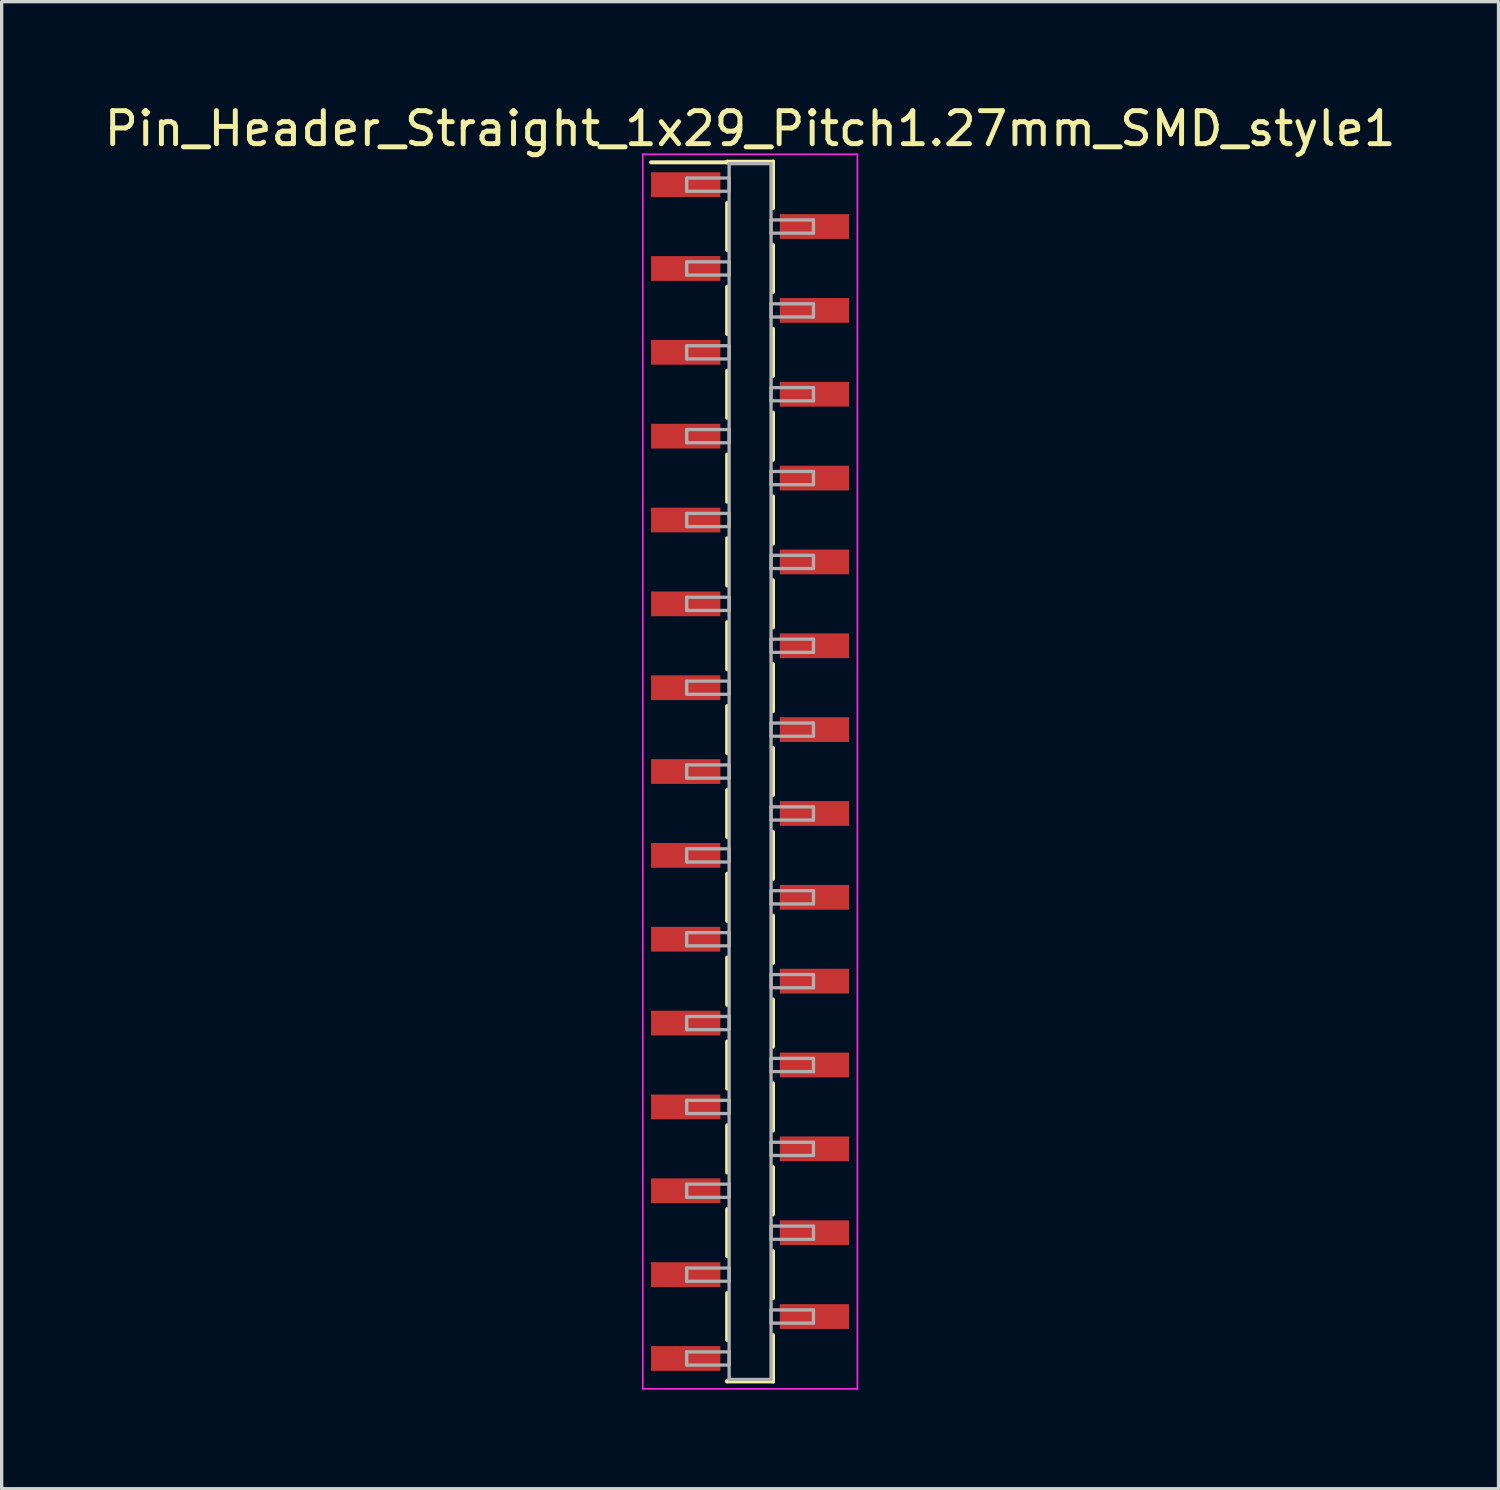
<source format=kicad_pcb>
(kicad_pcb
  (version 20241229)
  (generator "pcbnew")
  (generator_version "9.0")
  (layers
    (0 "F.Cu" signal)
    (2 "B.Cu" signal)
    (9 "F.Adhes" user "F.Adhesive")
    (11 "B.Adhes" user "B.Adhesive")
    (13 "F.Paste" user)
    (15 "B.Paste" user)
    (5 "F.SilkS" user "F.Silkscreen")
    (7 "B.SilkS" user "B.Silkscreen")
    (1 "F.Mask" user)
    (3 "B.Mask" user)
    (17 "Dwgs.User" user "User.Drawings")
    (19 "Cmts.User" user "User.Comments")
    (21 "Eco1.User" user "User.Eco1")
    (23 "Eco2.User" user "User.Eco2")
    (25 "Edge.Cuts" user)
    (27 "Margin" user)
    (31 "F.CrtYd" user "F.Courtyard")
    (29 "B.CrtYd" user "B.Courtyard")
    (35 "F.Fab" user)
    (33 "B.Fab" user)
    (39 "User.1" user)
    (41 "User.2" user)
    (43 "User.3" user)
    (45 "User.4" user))
  (footprint "Pin_Header_Straight_1x29_Pitch1.27mm_SMD_style1"
    (layer "F.Cu")
    (at 19.673 20.323)
    (property "Reference" "Pin_Header_Straight_1x29_Pitch1.27mm_SMD_style1" (at 0 -19.475 0) (layer "F.SilkS") (effects (font (size 1 1) (thickness 0.15))))
    (attr smd)
    (fp_line (start -0.695 -18.475) (end 0.695 -18.475) (stroke (width 0.12) (type solid)) (layer "F.SilkS"))
    (fp_line (start -0.695 -18.455) (end -3 -18.455) (stroke (width 0.12) (type solid)) (layer "F.SilkS"))
    (fp_line (start -0.695 -18.455) (end -0.695 -18.475) (stroke (width 0.12) (type solid)) (layer "F.SilkS"))
    (fp_line (start -0.695 -17.225) (end -0.695 -15.795) (stroke (width 0.12) (type solid)) (layer "F.SilkS"))
    (fp_line (start -0.695 -14.685) (end -0.695 -13.255) (stroke (width 0.12) (type solid)) (layer "F.SilkS"))
    (fp_line (start -0.695 -12.145) (end -0.695 -10.715) (stroke (width 0.12) (type solid)) (layer "F.SilkS"))
    (fp_line (start -0.695 -9.605) (end -0.695 -8.175) (stroke (width 0.12) (type solid)) (layer "F.SilkS"))
    (fp_line (start -0.695 -7.065) (end -0.695 -5.635) (stroke (width 0.12) (type solid)) (layer "F.SilkS"))
    (fp_line (start -0.695 -4.525) (end -0.695 -3.095) (stroke (width 0.12) (type solid)) (layer "F.SilkS"))
    (fp_line (start -0.695 -1.985) (end -0.695 -0.555) (stroke (width 0.12) (type solid)) (layer "F.SilkS"))
    (fp_line (start -0.695 0.555) (end -0.695 1.985) (stroke (width 0.12) (type solid)) (layer "F.SilkS"))
    (fp_line (start -0.695 3.095) (end -0.695 4.525) (stroke (width 0.12) (type solid)) (layer "F.SilkS"))
    (fp_line (start -0.695 5.635) (end -0.695 7.065) (stroke (width 0.12) (type solid)) (layer "F.SilkS"))
    (fp_line (start -0.695 8.175) (end -0.695 9.605) (stroke (width 0.12) (type solid)) (layer "F.SilkS"))
    (fp_line (start -0.695 10.715) (end -0.695 12.145) (stroke (width 0.12) (type solid)) (layer "F.SilkS"))
    (fp_line (start -0.695 13.255) (end -0.695 14.685) (stroke (width 0.12) (type solid)) (layer "F.SilkS"))
    (fp_line (start -0.695 15.795) (end -0.695 17.225) (stroke (width 0.12) (type solid)) (layer "F.SilkS"))
    (fp_line (start -0.695 18.455) (end -0.695 18.475) (stroke (width 0.12) (type solid)) (layer "F.SilkS"))
    (fp_line (start -0.695 18.475) (end 0.695 18.475) (stroke (width 0.12) (type solid)) (layer "F.SilkS"))
    (fp_line (start 0.695 -18.475) (end 0.695 -18.455) (stroke (width 0.12) (type solid)) (layer "F.SilkS"))
    (fp_line (start 0.695 -18.475) (end 0.695 -17.065) (stroke (width 0.12) (type solid)) (layer "F.SilkS"))
    (fp_line (start 0.695 -15.955) (end 0.695 -14.525) (stroke (width 0.12) (type solid)) (layer "F.SilkS"))
    (fp_line (start 0.695 -13.415) (end 0.695 -11.985) (stroke (width 0.12) (type solid)) (layer "F.SilkS"))
    (fp_line (start 0.695 -10.875) (end 0.695 -9.445) (stroke (width 0.12) (type solid)) (layer "F.SilkS"))
    (fp_line (start 0.695 -8.335) (end 0.695 -6.905) (stroke (width 0.12) (type solid)) (layer "F.SilkS"))
    (fp_line (start 0.695 -5.795) (end 0.695 -4.365) (stroke (width 0.12) (type solid)) (layer "F.SilkS"))
    (fp_line (start 0.695 -3.255) (end 0.695 -1.825) (stroke (width 0.12) (type solid)) (layer "F.SilkS"))
    (fp_line (start 0.695 -0.715) (end 0.695 0.715) (stroke (width 0.12) (type solid)) (layer "F.SilkS"))
    (fp_line (start 0.695 1.825) (end 0.695 3.255) (stroke (width 0.12) (type solid)) (layer "F.SilkS"))
    (fp_line (start 0.695 4.365) (end 0.695 5.795) (stroke (width 0.12) (type solid)) (layer "F.SilkS"))
    (fp_line (start 0.695 6.905) (end 0.695 8.335) (stroke (width 0.12) (type solid)) (layer "F.SilkS"))
    (fp_line (start 0.695 9.445) (end 0.695 10.875) (stroke (width 0.12) (type solid)) (layer "F.SilkS"))
    (fp_line (start 0.695 11.985) (end 0.695 13.415) (stroke (width 0.12) (type solid)) (layer "F.SilkS"))
    (fp_line (start 0.695 14.525) (end 0.695 15.955) (stroke (width 0.12) (type solid)) (layer "F.SilkS"))
    (fp_line (start 0.695 17.065) (end 0.695 18.475) (stroke (width 0.12) (type solid)) (layer "F.SilkS"))
    (fp_line (start 0.695 18.475) (end 0.695 18.455) (stroke (width 0.12) (type solid)) (layer "F.SilkS"))
    (fp_line (start -3.25 -18.7) (end -3.25 18.7) (stroke (width 0.05) (type solid)) (layer "F.CrtYd"))
    (fp_line (start -3.25 18.7) (end 3.25 18.7) (stroke (width 0.05) (type solid)) (layer "F.CrtYd"))
    (fp_line (start 3.25 -18.7) (end -3.25 -18.7) (stroke (width 0.05) (type solid)) (layer "F.CrtYd"))
    (fp_line (start 3.25 18.7) (end 3.25 -18.7) (stroke (width 0.05) (type solid)) (layer "F.CrtYd"))
    (fp_line (start -1.92 -17.98) (end -0.635 -17.98) (stroke (width 0.1) (type solid)) (layer "F.Fab"))
    (fp_line (start -1.92 -17.58) (end -1.92 -17.98) (stroke (width 0.1) (type solid)) (layer "F.Fab"))
    (fp_line (start -1.92 -15.44) (end -0.635 -15.44) (stroke (width 0.1) (type solid)) (layer "F.Fab"))
    (fp_line (start -1.92 -15.04) (end -1.92 -15.44) (stroke (width 0.1) (type solid)) (layer "F.Fab"))
    (fp_line (start -1.92 -12.9) (end -0.635 -12.9) (stroke (width 0.1) (type solid)) (layer "F.Fab"))
    (fp_line (start -1.92 -12.5) (end -1.92 -12.9) (stroke (width 0.1) (type solid)) (layer "F.Fab"))
    (fp_line (start -1.92 -10.36) (end -0.635 -10.36) (stroke (width 0.1) (type solid)) (layer "F.Fab"))
    (fp_line (start -1.92 -9.96) (end -1.92 -10.36) (stroke (width 0.1) (type solid)) (layer "F.Fab"))
    (fp_line (start -1.92 -7.82) (end -0.635 -7.82) (stroke (width 0.1) (type solid)) (layer "F.Fab"))
    (fp_line (start -1.92 -7.42) (end -1.92 -7.82) (stroke (width 0.1) (type solid)) (layer "F.Fab"))
    (fp_line (start -1.92 -5.28) (end -0.635 -5.28) (stroke (width 0.1) (type solid)) (layer "F.Fab"))
    (fp_line (start -1.92 -4.88) (end -1.92 -5.28) (stroke (width 0.1) (type solid)) (layer "F.Fab"))
    (fp_line (start -1.92 -2.74) (end -0.635 -2.74) (stroke (width 0.1) (type solid)) (layer "F.Fab"))
    (fp_line (start -1.92 -2.34) (end -1.92 -2.74) (stroke (width 0.1) (type solid)) (layer "F.Fab"))
    (fp_line (start -1.92 -0.2) (end -0.635 -0.2) (stroke (width 0.1) (type solid)) (layer "F.Fab"))
    (fp_line (start -1.92 0.2) (end -1.92 -0.2) (stroke (width 0.1) (type solid)) (layer "F.Fab"))
    (fp_line (start -1.92 2.34) (end -0.635 2.34) (stroke (width 0.1) (type solid)) (layer "F.Fab"))
    (fp_line (start -1.92 2.74) (end -1.92 2.34) (stroke (width 0.1) (type solid)) (layer "F.Fab"))
    (fp_line (start -1.92 4.88) (end -0.635 4.88) (stroke (width 0.1) (type solid)) (layer "F.Fab"))
    (fp_line (start -1.92 5.28) (end -1.92 4.88) (stroke (width 0.1) (type solid)) (layer "F.Fab"))
    (fp_line (start -1.92 7.42) (end -0.635 7.42) (stroke (width 0.1) (type solid)) (layer "F.Fab"))
    (fp_line (start -1.92 7.82) (end -1.92 7.42) (stroke (width 0.1) (type solid)) (layer "F.Fab"))
    (fp_line (start -1.92 9.96) (end -0.635 9.96) (stroke (width 0.1) (type solid)) (layer "F.Fab"))
    (fp_line (start -1.92 10.36) (end -1.92 9.96) (stroke (width 0.1) (type solid)) (layer "F.Fab"))
    (fp_line (start -1.92 12.5) (end -0.635 12.5) (stroke (width 0.1) (type solid)) (layer "F.Fab"))
    (fp_line (start -1.92 12.9) (end -1.92 12.5) (stroke (width 0.1) (type solid)) (layer "F.Fab"))
    (fp_line (start -1.92 15.04) (end -0.635 15.04) (stroke (width 0.1) (type solid)) (layer "F.Fab"))
    (fp_line (start -1.92 15.44) (end -1.92 15.04) (stroke (width 0.1) (type solid)) (layer "F.Fab"))
    (fp_line (start -1.92 17.58) (end -0.635 17.58) (stroke (width 0.1) (type solid)) (layer "F.Fab"))
    (fp_line (start -1.92 17.98) (end -1.92 17.58) (stroke (width 0.1) (type solid)) (layer "F.Fab"))
    (fp_line (start -0.635 -18.415) (end -0.635 18.415) (stroke (width 0.1) (type solid)) (layer "F.Fab"))
    (fp_line (start -0.635 -17.98) (end -0.635 -17.58) (stroke (width 0.1) (type solid)) (layer "F.Fab"))
    (fp_line (start -0.635 -17.58) (end -1.92 -17.58) (stroke (width 0.1) (type solid)) (layer "F.Fab"))
    (fp_line (start -0.635 -15.44) (end -0.635 -15.04) (stroke (width 0.1) (type solid)) (layer "F.Fab"))
    (fp_line (start -0.635 -15.04) (end -1.92 -15.04) (stroke (width 0.1) (type solid)) (layer "F.Fab"))
    (fp_line (start -0.635 -12.9) (end -0.635 -12.5) (stroke (width 0.1) (type solid)) (layer "F.Fab"))
    (fp_line (start -0.635 -12.5) (end -1.92 -12.5) (stroke (width 0.1) (type solid)) (layer "F.Fab"))
    (fp_line (start -0.635 -10.36) (end -0.635 -9.96) (stroke (width 0.1) (type solid)) (layer "F.Fab"))
    (fp_line (start -0.635 -9.96) (end -1.92 -9.96) (stroke (width 0.1) (type solid)) (layer "F.Fab"))
    (fp_line (start -0.635 -7.82) (end -0.635 -7.42) (stroke (width 0.1) (type solid)) (layer "F.Fab"))
    (fp_line (start -0.635 -7.42) (end -1.92 -7.42) (stroke (width 0.1) (type solid)) (layer "F.Fab"))
    (fp_line (start -0.635 -5.28) (end -0.635 -4.88) (stroke (width 0.1) (type solid)) (layer "F.Fab"))
    (fp_line (start -0.635 -4.88) (end -1.92 -4.88) (stroke (width 0.1) (type solid)) (layer "F.Fab"))
    (fp_line (start -0.635 -2.74) (end -0.635 -2.34) (stroke (width 0.1) (type solid)) (layer "F.Fab"))
    (fp_line (start -0.635 -2.34) (end -1.92 -2.34) (stroke (width 0.1) (type solid)) (layer "F.Fab"))
    (fp_line (start -0.635 -0.2) (end -0.635 0.2) (stroke (width 0.1) (type solid)) (layer "F.Fab"))
    (fp_line (start -0.635 0.2) (end -1.92 0.2) (stroke (width 0.1) (type solid)) (layer "F.Fab"))
    (fp_line (start -0.635 2.34) (end -0.635 2.74) (stroke (width 0.1) (type solid)) (layer "F.Fab"))
    (fp_line (start -0.635 2.74) (end -1.92 2.74) (stroke (width 0.1) (type solid)) (layer "F.Fab"))
    (fp_line (start -0.635 4.88) (end -0.635 5.28) (stroke (width 0.1) (type solid)) (layer "F.Fab"))
    (fp_line (start -0.635 5.28) (end -1.92 5.28) (stroke (width 0.1) (type solid)) (layer "F.Fab"))
    (fp_line (start -0.635 7.42) (end -0.635 7.82) (stroke (width 0.1) (type solid)) (layer "F.Fab"))
    (fp_line (start -0.635 7.82) (end -1.92 7.82) (stroke (width 0.1) (type solid)) (layer "F.Fab"))
    (fp_line (start -0.635 9.96) (end -0.635 10.36) (stroke (width 0.1) (type solid)) (layer "F.Fab"))
    (fp_line (start -0.635 10.36) (end -1.92 10.36) (stroke (width 0.1) (type solid)) (layer "F.Fab"))
    (fp_line (start -0.635 12.5) (end -0.635 12.9) (stroke (width 0.1) (type solid)) (layer "F.Fab"))
    (fp_line (start -0.635 12.9) (end -1.92 12.9) (stroke (width 0.1) (type solid)) (layer "F.Fab"))
    (fp_line (start -0.635 15.04) (end -0.635 15.44) (stroke (width 0.1) (type solid)) (layer "F.Fab"))
    (fp_line (start -0.635 15.44) (end -1.92 15.44) (stroke (width 0.1) (type solid)) (layer "F.Fab"))
    (fp_line (start -0.635 17.58) (end -0.635 17.98) (stroke (width 0.1) (type solid)) (layer "F.Fab"))
    (fp_line (start -0.635 17.98) (end -1.92 17.98) (stroke (width 0.1) (type solid)) (layer "F.Fab"))
    (fp_line (start -0.635 18.415) (end 0.635 18.415) (stroke (width 0.1) (type solid)) (layer "F.Fab"))
    (fp_line (start 0.635 -18.415) (end -0.635 -18.415) (stroke (width 0.1) (type solid)) (layer "F.Fab"))
    (fp_line (start 0.635 -16.71) (end 0.635 -16.31) (stroke (width 0.1) (type solid)) (layer "F.Fab"))
    (fp_line (start 0.635 -16.31) (end 1.92 -16.31) (stroke (width 0.1) (type solid)) (layer "F.Fab"))
    (fp_line (start 0.635 -14.17) (end 0.635 -13.77) (stroke (width 0.1) (type solid)) (layer "F.Fab"))
    (fp_line (start 0.635 -13.77) (end 1.92 -13.77) (stroke (width 0.1) (type solid)) (layer "F.Fab"))
    (fp_line (start 0.635 -11.63) (end 0.635 -11.23) (stroke (width 0.1) (type solid)) (layer "F.Fab"))
    (fp_line (start 0.635 -11.23) (end 1.92 -11.23) (stroke (width 0.1) (type solid)) (layer "F.Fab"))
    (fp_line (start 0.635 -9.09) (end 0.635 -8.69) (stroke (width 0.1) (type solid)) (layer "F.Fab"))
    (fp_line (start 0.635 -8.69) (end 1.92 -8.69) (stroke (width 0.1) (type solid)) (layer "F.Fab"))
    (fp_line (start 0.635 -6.55) (end 0.635 -6.15) (stroke (width 0.1) (type solid)) (layer "F.Fab"))
    (fp_line (start 0.635 -6.15) (end 1.92 -6.15) (stroke (width 0.1) (type solid)) (layer "F.Fab"))
    (fp_line (start 0.635 -4.01) (end 0.635 -3.61) (stroke (width 0.1) (type solid)) (layer "F.Fab"))
    (fp_line (start 0.635 -3.61) (end 1.92 -3.61) (stroke (width 0.1) (type solid)) (layer "F.Fab"))
    (fp_line (start 0.635 -1.47) (end 0.635 -1.07) (stroke (width 0.1) (type solid)) (layer "F.Fab"))
    (fp_line (start 0.635 -1.07) (end 1.92 -1.07) (stroke (width 0.1) (type solid)) (layer "F.Fab"))
    (fp_line (start 0.635 1.07) (end 0.635 1.47) (stroke (width 0.1) (type solid)) (layer "F.Fab"))
    (fp_line (start 0.635 1.47) (end 1.92 1.47) (stroke (width 0.1) (type solid)) (layer "F.Fab"))
    (fp_line (start 0.635 3.61) (end 0.635 4.01) (stroke (width 0.1) (type solid)) (layer "F.Fab"))
    (fp_line (start 0.635 4.01) (end 1.92 4.01) (stroke (width 0.1) (type solid)) (layer "F.Fab"))
    (fp_line (start 0.635 6.15) (end 0.635 6.55) (stroke (width 0.1) (type solid)) (layer "F.Fab"))
    (fp_line (start 0.635 6.55) (end 1.92 6.55) (stroke (width 0.1) (type solid)) (layer "F.Fab"))
    (fp_line (start 0.635 8.69) (end 0.635 9.09) (stroke (width 0.1) (type solid)) (layer "F.Fab"))
    (fp_line (start 0.635 9.09) (end 1.92 9.09) (stroke (width 0.1) (type solid)) (layer "F.Fab"))
    (fp_line (start 0.635 11.23) (end 0.635 11.63) (stroke (width 0.1) (type solid)) (layer "F.Fab"))
    (fp_line (start 0.635 11.63) (end 1.92 11.63) (stroke (width 0.1) (type solid)) (layer "F.Fab"))
    (fp_line (start 0.635 13.77) (end 0.635 14.17) (stroke (width 0.1) (type solid)) (layer "F.Fab"))
    (fp_line (start 0.635 14.17) (end 1.92 14.17) (stroke (width 0.1) (type solid)) (layer "F.Fab"))
    (fp_line (start 0.635 16.31) (end 0.635 16.71) (stroke (width 0.1) (type solid)) (layer "F.Fab"))
    (fp_line (start 0.635 16.71) (end 1.92 16.71) (stroke (width 0.1) (type solid)) (layer "F.Fab"))
    (fp_line (start 0.635 18.415) (end 0.635 -18.415) (stroke (width 0.1) (type solid)) (layer "F.Fab"))
    (fp_line (start 1.92 -16.71) (end 0.635 -16.71) (stroke (width 0.1) (type solid)) (layer "F.Fab"))
    (fp_line (start 1.92 -16.31) (end 1.92 -16.71) (stroke (width 0.1) (type solid)) (layer "F.Fab"))
    (fp_line (start 1.92 -14.17) (end 0.635 -14.17) (stroke (width 0.1) (type solid)) (layer "F.Fab"))
    (fp_line (start 1.92 -13.77) (end 1.92 -14.17) (stroke (width 0.1) (type solid)) (layer "F.Fab"))
    (fp_line (start 1.92 -11.63) (end 0.635 -11.63) (stroke (width 0.1) (type solid)) (layer "F.Fab"))
    (fp_line (start 1.92 -11.23) (end 1.92 -11.63) (stroke (width 0.1) (type solid)) (layer "F.Fab"))
    (fp_line (start 1.92 -9.09) (end 0.635 -9.09) (stroke (width 0.1) (type solid)) (layer "F.Fab"))
    (fp_line (start 1.92 -8.69) (end 1.92 -9.09) (stroke (width 0.1) (type solid)) (layer "F.Fab"))
    (fp_line (start 1.92 -6.55) (end 0.635 -6.55) (stroke (width 0.1) (type solid)) (layer "F.Fab"))
    (fp_line (start 1.92 -6.15) (end 1.92 -6.55) (stroke (width 0.1) (type solid)) (layer "F.Fab"))
    (fp_line (start 1.92 -4.01) (end 0.635 -4.01) (stroke (width 0.1) (type solid)) (layer "F.Fab"))
    (fp_line (start 1.92 -3.61) (end 1.92 -4.01) (stroke (width 0.1) (type solid)) (layer "F.Fab"))
    (fp_line (start 1.92 -1.47) (end 0.635 -1.47) (stroke (width 0.1) (type solid)) (layer "F.Fab"))
    (fp_line (start 1.92 -1.07) (end 1.92 -1.47) (stroke (width 0.1) (type solid)) (layer "F.Fab"))
    (fp_line (start 1.92 1.07) (end 0.635 1.07) (stroke (width 0.1) (type solid)) (layer "F.Fab"))
    (fp_line (start 1.92 1.47) (end 1.92 1.07) (stroke (width 0.1) (type solid)) (layer "F.Fab"))
    (fp_line (start 1.92 3.61) (end 0.635 3.61) (stroke (width 0.1) (type solid)) (layer "F.Fab"))
    (fp_line (start 1.92 4.01) (end 1.92 3.61) (stroke (width 0.1) (type solid)) (layer "F.Fab"))
    (fp_line (start 1.92 6.15) (end 0.635 6.15) (stroke (width 0.1) (type solid)) (layer "F.Fab"))
    (fp_line (start 1.92 6.55) (end 1.92 6.15) (stroke (width 0.1) (type solid)) (layer "F.Fab"))
    (fp_line (start 1.92 8.69) (end 0.635 8.69) (stroke (width 0.1) (type solid)) (layer "F.Fab"))
    (fp_line (start 1.92 9.09) (end 1.92 8.69) (stroke (width 0.1) (type solid)) (layer "F.Fab"))
    (fp_line (start 1.92 11.23) (end 0.635 11.23) (stroke (width 0.1) (type solid)) (layer "F.Fab"))
    (fp_line (start 1.92 11.63) (end 1.92 11.23) (stroke (width 0.1) (type solid)) (layer "F.Fab"))
    (fp_line (start 1.92 13.77) (end 0.635 13.77) (stroke (width 0.1) (type solid)) (layer "F.Fab"))
    (fp_line (start 1.92 14.17) (end 1.92 13.77) (stroke (width 0.1) (type solid)) (layer "F.Fab"))
    (fp_line (start 1.92 16.31) (end 0.635 16.31) (stroke (width 0.1) (type solid)) (layer "F.Fab"))
    (fp_line (start 1.92 16.71) (end 1.92 16.31) (stroke (width 0.1) (type solid)) (layer "F.Fab"))
    (pad "1" smd rect (at -1.95 -17.78) (size 2.1 0.75) (layers "F.Cu" "F.Mask"))
    (pad "2" smd rect (at 1.95 -16.51) (size 2.1 0.75) (layers "F.Cu" "F.Mask"))
    (pad "3" smd rect (at -1.95 -15.24) (size 2.1 0.75) (layers "F.Cu" "F.Mask"))
    (pad "4" smd rect (at 1.95 -13.97) (size 2.1 0.75) (layers "F.Cu" "F.Mask"))
    (pad "5" smd rect (at -1.95 -12.7) (size 2.1 0.75) (layers "F.Cu" "F.Mask"))
    (pad "6" smd rect (at 1.95 -11.43) (size 2.1 0.75) (layers "F.Cu" "F.Mask"))
    (pad "7" smd rect (at -1.95 -10.16) (size 2.1 0.75) (layers "F.Cu" "F.Mask"))
    (pad "8" smd rect (at 1.95 -8.89) (size 2.1 0.75) (layers "F.Cu" "F.Mask"))
    (pad "9" smd rect (at -1.95 -7.62) (size 2.1 0.75) (layers "F.Cu" "F.Mask"))
    (pad "10" smd rect (at 1.95 -6.35) (size 2.1 0.75) (layers "F.Cu" "F.Mask"))
    (pad "11" smd rect (at -1.95 -5.08) (size 2.1 0.75) (layers "F.Cu" "F.Mask"))
    (pad "12" smd rect (at 1.95 -3.81) (size 2.1 0.75) (layers "F.Cu" "F.Mask"))
    (pad "13" smd rect (at -1.95 -2.54) (size 2.1 0.75) (layers "F.Cu" "F.Mask"))
    (pad "14" smd rect (at 1.95 -1.27) (size 2.1 0.75) (layers "F.Cu" "F.Mask"))
    (pad "15" smd rect (at -1.95 0) (size 2.1 0.75) (layers "F.Cu" "F.Mask"))
    (pad "16" smd rect (at 1.95 1.27) (size 2.1 0.75) (layers "F.Cu" "F.Mask"))
    (pad "17" smd rect (at -1.95 2.54) (size 2.1 0.75) (layers "F.Cu" "F.Mask"))
    (pad "18" smd rect (at 1.95 3.81) (size 2.1 0.75) (layers "F.Cu" "F.Mask"))
    (pad "19" smd rect (at -1.95 5.08) (size 2.1 0.75) (layers "F.Cu" "F.Mask"))
    (pad "20" smd rect (at 1.95 6.35) (size 2.1 0.75) (layers "F.Cu" "F.Mask"))
    (pad "21" smd rect (at -1.95 7.62) (size 2.1 0.75) (layers "F.Cu" "F.Mask"))
    (pad "22" smd rect (at 1.95 8.89) (size 2.1 0.75) (layers "F.Cu" "F.Mask"))
    (pad "23" smd rect (at -1.95 10.16) (size 2.1 0.75) (layers "F.Cu" "F.Mask"))
    (pad "24" smd rect (at 1.95 11.43) (size 2.1 0.75) (layers "F.Cu" "F.Mask"))
    (pad "25" smd rect (at -1.95 12.7) (size 2.1 0.75) (layers "F.Cu" "F.Mask"))
    (pad "26" smd rect (at 1.95 13.97) (size 2.1 0.75) (layers "F.Cu" "F.Mask"))
    (pad "27" smd rect (at -1.95 15.24) (size 2.1 0.75) (layers "F.Cu" "F.Mask"))
    (pad "28" smd rect (at 1.95 16.51) (size 2.1 0.75) (layers "F.Cu" "F.Mask"))
    (pad "29" smd rect (at -1.95 17.78) (size 2.1 0.75) (layers "F.Cu" "F.Mask")))
  (gr_rect
    (start -3 -3)
    (end 42.345 42.048)
    (stroke (width 0.1) (type default))
    (fill no)
    (layer "Edge.Cuts")))
</source>
